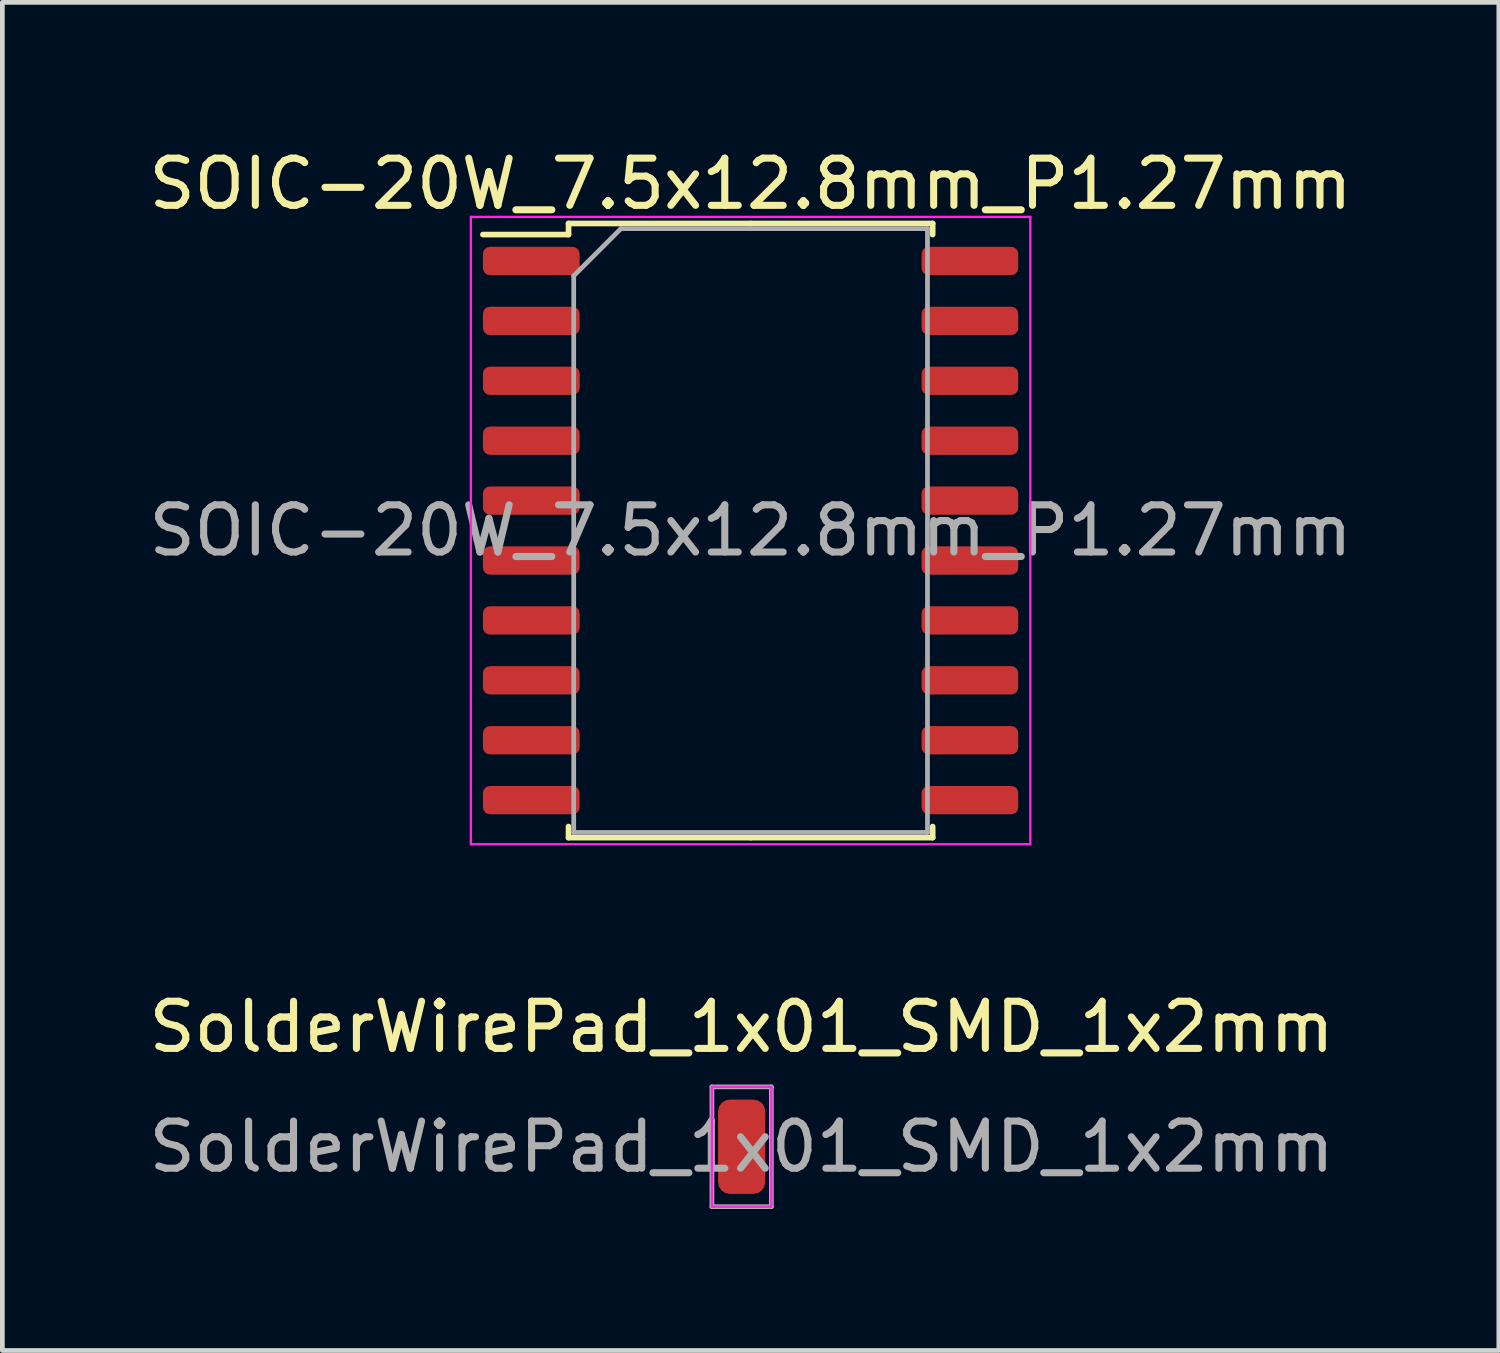
<source format=kicad_pcb>
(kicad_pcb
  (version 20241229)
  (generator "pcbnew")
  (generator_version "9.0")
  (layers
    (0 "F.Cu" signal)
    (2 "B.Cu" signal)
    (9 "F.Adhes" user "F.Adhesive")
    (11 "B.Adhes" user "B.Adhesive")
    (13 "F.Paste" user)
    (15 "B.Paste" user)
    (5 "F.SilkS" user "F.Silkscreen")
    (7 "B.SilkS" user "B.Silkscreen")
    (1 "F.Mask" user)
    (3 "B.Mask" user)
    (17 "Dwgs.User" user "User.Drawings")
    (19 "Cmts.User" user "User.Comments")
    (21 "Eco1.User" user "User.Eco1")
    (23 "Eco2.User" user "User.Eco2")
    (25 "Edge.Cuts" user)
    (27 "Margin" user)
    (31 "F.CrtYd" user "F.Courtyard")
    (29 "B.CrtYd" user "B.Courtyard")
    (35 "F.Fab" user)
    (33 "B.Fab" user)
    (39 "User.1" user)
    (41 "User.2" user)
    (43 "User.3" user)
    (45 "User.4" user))
  (footprint "SOIC-20W_7.5x12.8mm_P1.27mm"
    (layer "F.Cu")
    (at 12.863 8.198)
    (property "Reference" "SOIC-20W_7.5x12.8mm_P1.27mm" (at 0 -7.35 0) (layer "F.SilkS") (effects (font (size 1 1) (thickness 0.15))))
    (attr smd)
    (fp_line (start -3.86 -6.51) (end -3.86 -6.275) (stroke (width 0.12) (type solid)) (layer "F.SilkS"))
    (fp_line (start -3.86 -6.275) (end -5.675 -6.275) (stroke (width 0.12) (type solid)) (layer "F.SilkS"))
    (fp_line (start -3.86 6.51) (end -3.86 6.275) (stroke (width 0.12) (type solid)) (layer "F.SilkS"))
    (fp_line (start 0 -6.51) (end -3.86 -6.51) (stroke (width 0.12) (type solid)) (layer "F.SilkS"))
    (fp_line (start 0 -6.51) (end 3.86 -6.51) (stroke (width 0.12) (type solid)) (layer "F.SilkS"))
    (fp_line (start 0 6.51) (end -3.86 6.51) (stroke (width 0.12) (type solid)) (layer "F.SilkS"))
    (fp_line (start 0 6.51) (end 3.86 6.51) (stroke (width 0.12) (type solid)) (layer "F.SilkS"))
    (fp_line (start 3.86 -6.51) (end 3.86 -6.275) (stroke (width 0.12) (type solid)) (layer "F.SilkS"))
    (fp_line (start 3.86 6.51) (end 3.86 6.275) (stroke (width 0.12) (type solid)) (layer "F.SilkS"))
    (fp_line (start -5.93 -6.65) (end -5.93 6.65) (stroke (width 0.05) (type solid)) (layer "F.CrtYd"))
    (fp_line (start -5.93 6.65) (end 5.93 6.65) (stroke (width 0.05) (type solid)) (layer "F.CrtYd"))
    (fp_line (start 5.93 -6.65) (end -5.93 -6.65) (stroke (width 0.05) (type solid)) (layer "F.CrtYd"))
    (fp_line (start 5.93 6.65) (end 5.93 -6.65) (stroke (width 0.05) (type solid)) (layer "F.CrtYd"))
    (fp_line (start -3.75 -5.4) (end -2.75 -6.4) (stroke (width 0.1) (type solid)) (layer "F.Fab"))
    (fp_line (start -3.75 6.4) (end -3.75 -5.4) (stroke (width 0.1) (type solid)) (layer "F.Fab"))
    (fp_line (start -2.75 -6.4) (end 3.75 -6.4) (stroke (width 0.1) (type solid)) (layer "F.Fab"))
    (fp_line (start 3.75 -6.4) (end 3.75 6.4) (stroke (width 0.1) (type solid)) (layer "F.Fab"))
    (fp_line (start 3.75 6.4) (end -3.75 6.4) (stroke (width 0.1) (type solid)) (layer "F.Fab"))
    (fp_text user "${REFERENCE}" (at 0 0 0) (layer "F.Fab") (effects (font (size 1 1) (thickness 0.15))))
    (pad "1" smd roundrect (at -4.65 -5.715) (size 2.05 0.6) (layers "F.Cu" "F.Mask" "F.Paste") (roundrect_rratio 0.25))
    (pad "2" smd roundrect (at -4.65 -4.445) (size 2.05 0.6) (layers "F.Cu" "F.Mask" "F.Paste") (roundrect_rratio 0.25))
    (pad "3" smd roundrect (at -4.65 -3.175) (size 2.05 0.6) (layers "F.Cu" "F.Mask" "F.Paste") (roundrect_rratio 0.25))
    (pad "4" smd roundrect (at -4.65 -1.905) (size 2.05 0.6) (layers "F.Cu" "F.Mask" "F.Paste") (roundrect_rratio 0.25))
    (pad "5" smd roundrect (at -4.65 -0.635) (size 2.05 0.6) (layers "F.Cu" "F.Mask" "F.Paste") (roundrect_rratio 0.25))
    (pad "6" smd roundrect (at -4.65 0.635) (size 2.05 0.6) (layers "F.Cu" "F.Mask" "F.Paste") (roundrect_rratio 0.25))
    (pad "7" smd roundrect (at -4.65 1.905) (size 2.05 0.6) (layers "F.Cu" "F.Mask" "F.Paste") (roundrect_rratio 0.25))
    (pad "8" smd roundrect (at -4.65 3.175) (size 2.05 0.6) (layers "F.Cu" "F.Mask" "F.Paste") (roundrect_rratio 0.25))
    (pad "9" smd roundrect (at -4.65 4.445) (size 2.05 0.6) (layers "F.Cu" "F.Mask" "F.Paste") (roundrect_rratio 0.25))
    (pad "10" smd roundrect (at -4.65 5.715) (size 2.05 0.6) (layers "F.Cu" "F.Mask" "F.Paste") (roundrect_rratio 0.25))
    (pad "11" smd roundrect (at 4.65 5.715) (size 2.05 0.6) (layers "F.Cu" "F.Mask" "F.Paste") (roundrect_rratio 0.25))
    (pad "12" smd roundrect (at 4.65 4.445) (size 2.05 0.6) (layers "F.Cu" "F.Mask" "F.Paste") (roundrect_rratio 0.25))
    (pad "13" smd roundrect (at 4.65 3.175) (size 2.05 0.6) (layers "F.Cu" "F.Mask" "F.Paste") (roundrect_rratio 0.25))
    (pad "14" smd roundrect (at 4.65 1.905) (size 2.05 0.6) (layers "F.Cu" "F.Mask" "F.Paste") (roundrect_rratio 0.25))
    (pad "15" smd roundrect (at 4.65 0.635) (size 2.05 0.6) (layers "F.Cu" "F.Mask" "F.Paste") (roundrect_rratio 0.25))
    (pad "16" smd roundrect (at 4.65 -0.635) (size 2.05 0.6) (layers "F.Cu" "F.Mask" "F.Paste") (roundrect_rratio 0.25))
    (pad "17" smd roundrect (at 4.65 -1.905) (size 2.05 0.6) (layers "F.Cu" "F.Mask" "F.Paste") (roundrect_rratio 0.25))
    (pad "18" smd roundrect (at 4.65 -3.175) (size 2.05 0.6) (layers "F.Cu" "F.Mask" "F.Paste") (roundrect_rratio 0.25))
    (pad "19" smd roundrect (at 4.65 -4.445) (size 2.05 0.6) (layers "F.Cu" "F.Mask" "F.Paste") (roundrect_rratio 0.25))
    (pad "20" smd roundrect (at 4.65 -5.715) (size 2.05 0.6) (layers "F.Cu" "F.Mask" "F.Paste") (roundrect_rratio 0.25)))
  (footprint "SolderWirePad_1x01_SMD_1x2mm"
    (layer "F.Cu")
    (at 12.673 21.262)
    (property "Reference" "SolderWirePad_1x01_SMD_1x2mm" (at 0 -2.54 0) (layer "F.SilkS") (effects (font (size 1 1) (thickness 0.15))))
    (attr exclude_from_pos_files exclude_from_bom)
    (fp_line (start -0.63 -1.27) (end -0.63 1.27) (stroke (width 0.05) (type solid)) (layer "F.CrtYd"))
    (fp_line (start -0.63 1.27) (end 0.63 1.27) (stroke (width 0.05) (type solid)) (layer "F.CrtYd"))
    (fp_line (start 0.63 -1.27) (end -0.63 -1.27) (stroke (width 0.05) (type solid)) (layer "F.CrtYd"))
    (fp_line (start 0.63 1.27) (end 0.63 -1.27) (stroke (width 0.05) (type solid)) (layer "F.CrtYd"))
    (fp_line (start -0.63 -1.27) (end 0.63 -1.27) (stroke (width 0.1) (type solid)) (layer "F.Fab"))
    (fp_line (start -0.63 1.27) (end -0.63 -1.27) (stroke (width 0.1) (type solid)) (layer "F.Fab"))
    (fp_line (start 0.63 -1.27) (end 0.63 1.27) (stroke (width 0.1) (type solid)) (layer "F.Fab"))
    (fp_line (start 0.63 1.27) (end -0.63 1.27) (stroke (width 0.1) (type solid)) (layer "F.Fab"))
    (fp_text user "${REFERENCE}" (at 0 0 0) (layer "F.Fab") (effects (font (size 1 1) (thickness 0.15))))
    (pad "1" smd roundrect (at 0 0) (size 1 2) (layers "F.Cu" "F.Mask" "F.Paste") (roundrect_rratio 0.25)))
  (gr_rect
    (start -3 -3)
    (end 28.726 25.581)
    (stroke (width 0.1) (type default))
    (fill no)
    (layer "Edge.Cuts")))
</source>
